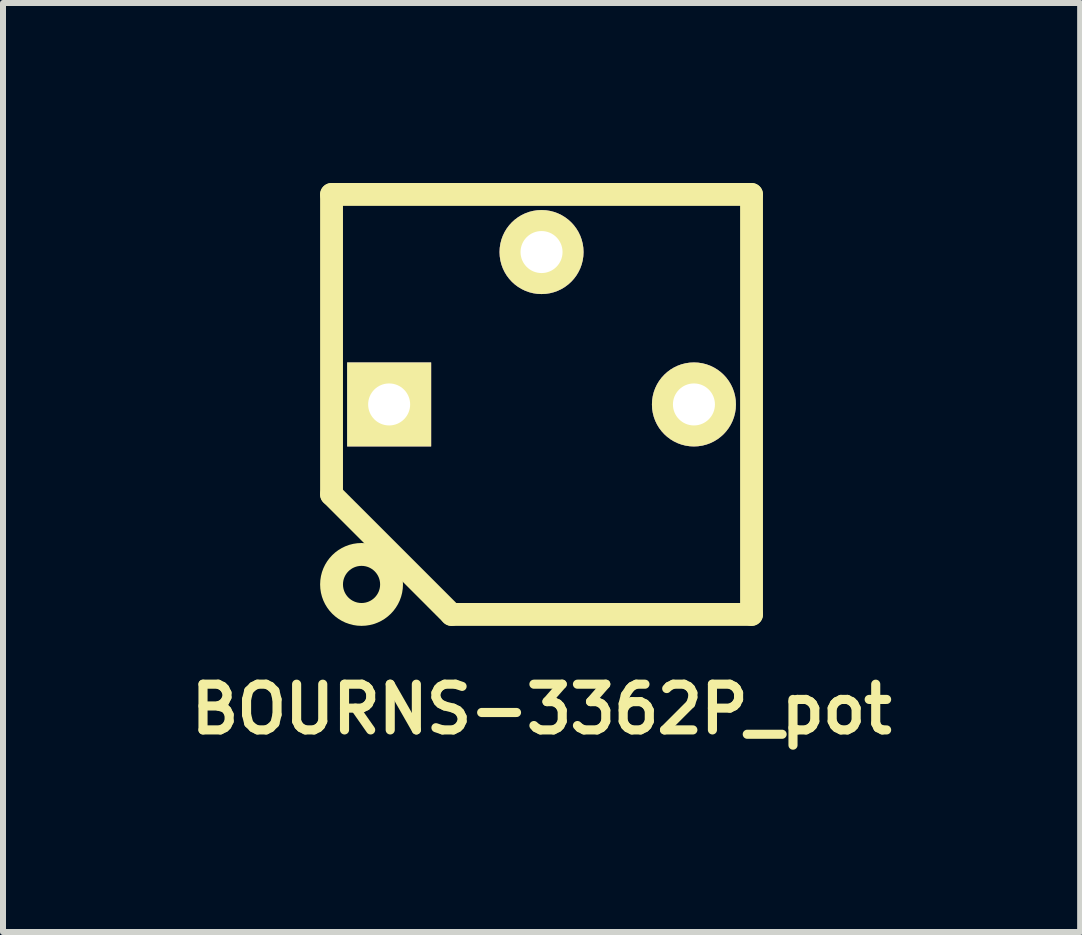
<source format=kicad_pcb>
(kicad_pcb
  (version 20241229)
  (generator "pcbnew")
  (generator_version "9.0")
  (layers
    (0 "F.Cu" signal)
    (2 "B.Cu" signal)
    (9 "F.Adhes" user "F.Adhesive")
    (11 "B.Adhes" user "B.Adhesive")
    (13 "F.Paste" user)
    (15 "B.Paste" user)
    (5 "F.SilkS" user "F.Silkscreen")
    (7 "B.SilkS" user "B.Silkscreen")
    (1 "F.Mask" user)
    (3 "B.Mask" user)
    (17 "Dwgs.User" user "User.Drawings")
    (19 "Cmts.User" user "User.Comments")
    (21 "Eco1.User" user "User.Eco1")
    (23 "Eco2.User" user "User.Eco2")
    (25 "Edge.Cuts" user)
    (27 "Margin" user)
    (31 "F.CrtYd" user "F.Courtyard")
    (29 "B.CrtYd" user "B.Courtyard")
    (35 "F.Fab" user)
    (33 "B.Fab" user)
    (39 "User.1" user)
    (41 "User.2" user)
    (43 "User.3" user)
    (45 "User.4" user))
  (footprint "BOURNS-3362P_pot"
    (layer "F.Cu")
    (at 5.976 3.691)
    (property "Reference" "BOURNS-3362P_pot" (at 0 5.08 0) (layer "F.SilkS") (effects (font (size 0.762 0.762) (thickness 0.152))))
    (attr through_hole)
    (fp_line (start -3.5 -3.5) (end 3.5 -3.5) (stroke (width 0.381) (type solid)) (layer "F.SilkS"))
    (fp_line (start -3.5 1.5) (end -3.5 -3.5) (stroke (width 0.381) (type solid)) (layer "F.SilkS"))
    (fp_line (start -3.5 1.5) (end -1.5 3.5) (stroke (width 0.381) (type solid)) (layer "F.SilkS"))
    (fp_line (start -1.5 3.5) (end 3.5 3.5) (stroke (width 0.381) (type solid)) (layer "F.SilkS"))
    (fp_line (start 3.5 -3.5) (end 3.5 3.5) (stroke (width 0.381) (type solid)) (layer "F.SilkS"))
    (fp_circle (center -3 3) (end -3 3.5) (stroke (width 0.381) (type solid)) (fill no) (layer "F.SilkS"))
    (pad "1" thru_hole rect (at -2.54 0) (size 1.4 1.4) (drill 0.7) (layers "*.Cu" "*.Mask" "F.SilkS"))
    (pad "2" thru_hole circle (at 0 -2.54) (size 1.4 1.4) (drill 0.7) (layers "*.Cu" "*.Mask" "F.SilkS"))
    (pad "3" thru_hole circle (at 2.54 0) (size 1.4 1.4) (drill 0.7) (layers "*.Cu" "*.Mask" "F.SilkS")))
  (gr_rect
    (start -3 -3)
    (end 14.953 12.484)
    (stroke (width 0.1) (type default))
    (fill no)
    (layer "Edge.Cuts")))
</source>
